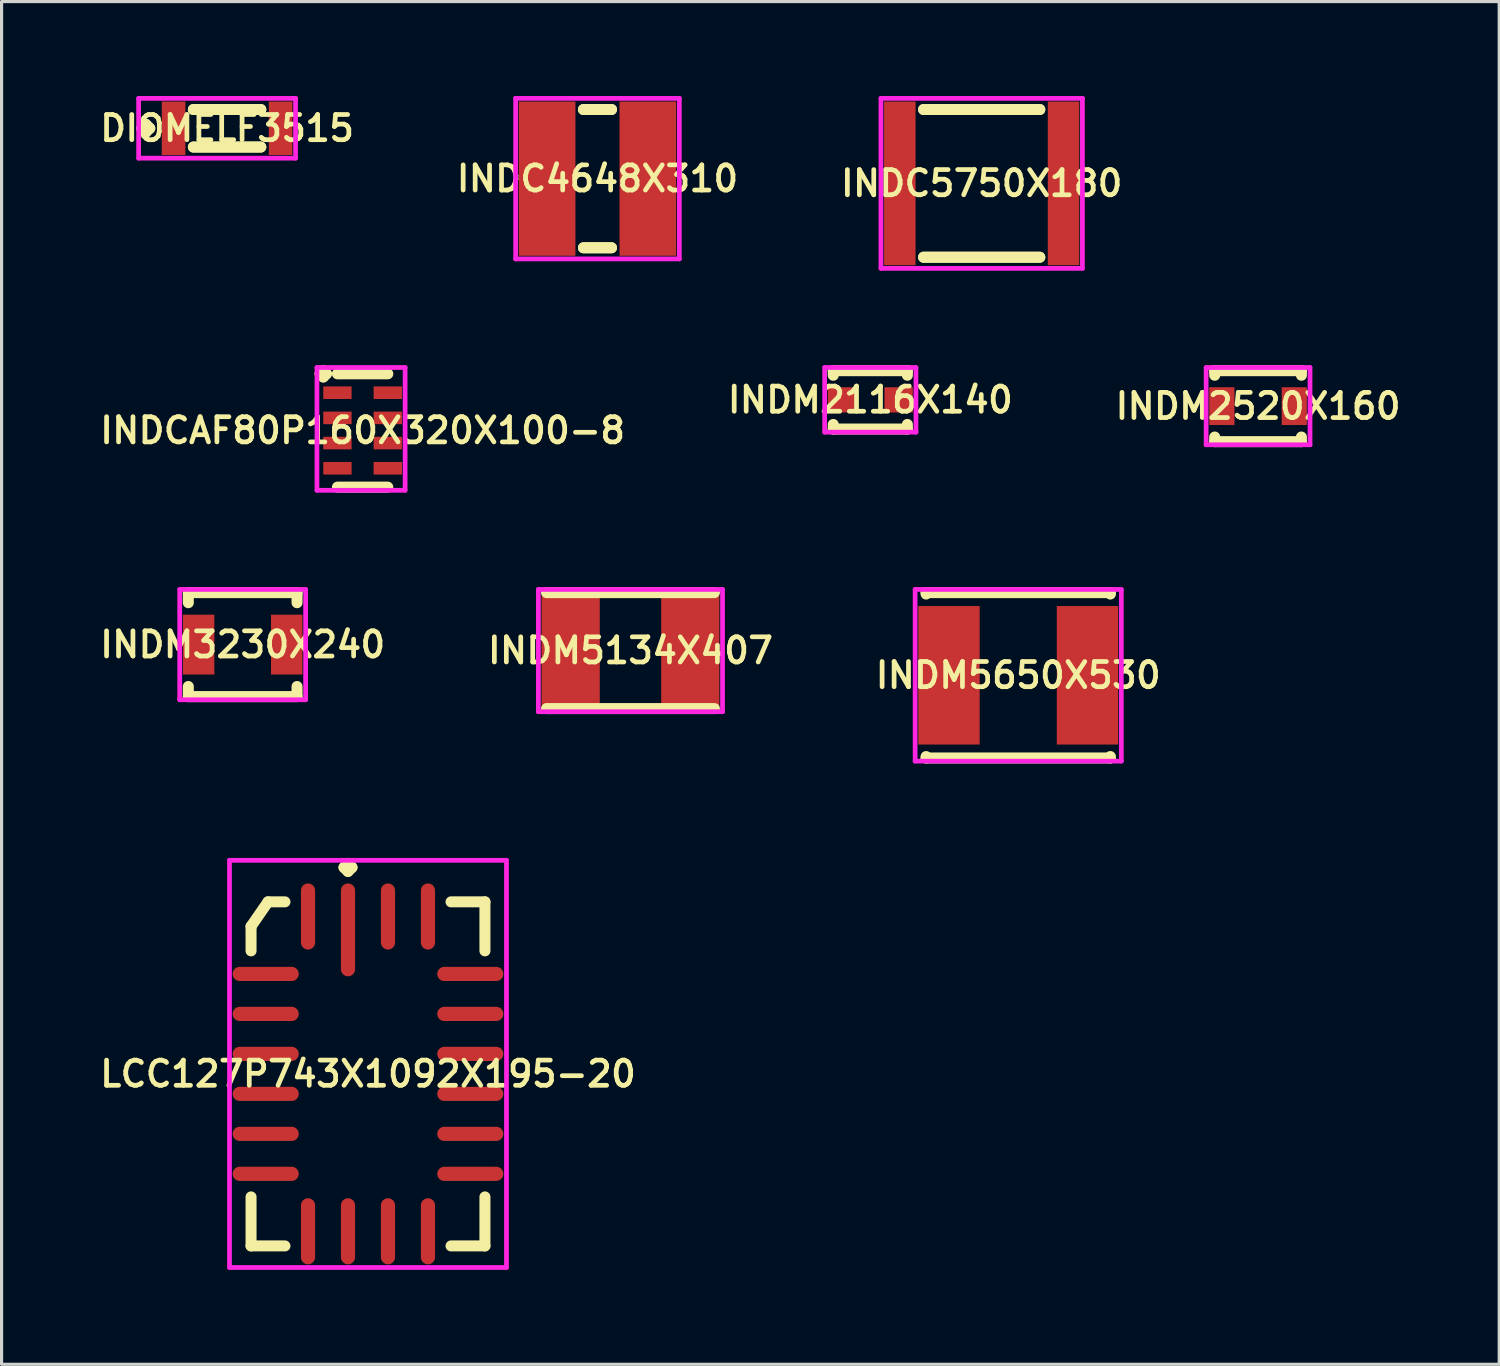
<source format=kicad_pcb>
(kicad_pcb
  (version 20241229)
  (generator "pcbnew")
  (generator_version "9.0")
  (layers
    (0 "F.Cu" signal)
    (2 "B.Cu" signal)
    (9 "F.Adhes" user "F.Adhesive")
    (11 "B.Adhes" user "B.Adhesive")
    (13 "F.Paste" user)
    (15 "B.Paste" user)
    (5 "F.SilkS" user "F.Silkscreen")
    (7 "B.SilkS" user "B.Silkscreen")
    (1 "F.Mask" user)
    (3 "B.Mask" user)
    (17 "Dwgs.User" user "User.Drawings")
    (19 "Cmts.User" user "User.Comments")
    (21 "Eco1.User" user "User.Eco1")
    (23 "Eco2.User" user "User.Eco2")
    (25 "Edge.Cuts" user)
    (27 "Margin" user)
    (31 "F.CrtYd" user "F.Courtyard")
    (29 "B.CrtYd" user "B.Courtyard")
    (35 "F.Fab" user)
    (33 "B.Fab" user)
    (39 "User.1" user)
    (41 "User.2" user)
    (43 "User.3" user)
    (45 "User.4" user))
  (footprint "INDC5750X180"
    (layer "F.Cu")
    (at 28.135 2.775)
    (property "Reference" "INDC5750X180" (at 0 0 0) (layer "F.SilkS") (effects (font (size 0.8 0.8) (thickness 0.15))))
    (attr smd)
    (fp_line (start -1.846 -2.346) (end 1.846 -2.346) (stroke (width 0.35) (type solid)) (layer "F.SilkS"))
    (fp_line (start -1.846 2.346) (end 1.846 2.346) (stroke (width 0.35) (type solid)) (layer "F.SilkS"))
    (fp_line (start 1.846 -2.346) (end -1.846 -2.346) (stroke (width 0.35) (type solid)) (layer "F.SilkS"))
    (fp_line (start 1.846 2.346) (end -1.846 2.346) (stroke (width 0.35) (type solid)) (layer "F.SilkS"))
    (fp_line (start -3.2 -2.7) (end 3.2 -2.7) (stroke (width 0.15) (type solid)) (layer "F.CrtYd"))
    (fp_line (start -3.2 2.7) (end -3.2 -2.7) (stroke (width 0.15) (type solid)) (layer "F.CrtYd"))
    (fp_line (start 3.2 -2.7) (end 3.2 2.7) (stroke (width 0.15) (type solid)) (layer "F.CrtYd"))
    (fp_line (start 3.2 2.7) (end -3.2 2.7) (stroke (width 0.15) (type solid)) (layer "F.CrtYd"))
    (pad "1" smd rect (at -2.6 0) (size 1 5.2) (layers "F.Cu" "F.Mask" "F.Paste"))
    (pad "2" smd rect (at 2.6 0) (size 1 5.2) (layers "F.Cu" "F.Mask" "F.Paste")))
  (footprint "INDM5134X407"
    (layer "F.Cu")
    (at 16.978 17.617)
    (property "Reference" "INDM5134X407" (at 0 0 0) (layer "F.SilkS") (effects (font (size 0.8 0.8) (thickness 0.15))))
    (attr through_hole)
    (fp_line (start -2.667 -1.842) (end 2.667 -1.842) (stroke (width 0.35) (type solid)) (layer "F.SilkS"))
    (fp_line (start -2.667 1.842) (end 2.667 1.842) (stroke (width 0.35) (type solid)) (layer "F.SilkS"))
    (fp_line (start -2.925 -1.942) (end 2.925 -1.942) (stroke (width 0.15) (type solid)) (layer "F.CrtYd"))
    (fp_line (start -2.925 1.942) (end -2.925 -1.942) (stroke (width 0.15) (type solid)) (layer "F.CrtYd"))
    (fp_line (start 2.925 -1.942) (end 2.925 1.942) (stroke (width 0.15) (type solid)) (layer "F.CrtYd"))
    (fp_line (start 2.925 1.942) (end -2.925 1.942) (stroke (width 0.15) (type solid)) (layer "F.CrtYd"))
    (pad "1" smd rect (at -1.9 0) (size 1.85 3.5) (layers "F.Cu" "F.Mask" "F.Paste"))
    (pad "2" smd rect (at 1.9 0) (size 1.85 3.5) (layers "F.Cu" "F.Mask" "F.Paste")))
  (footprint "INDM3230X240"
    (layer "F.Cu")
    (at 4.659 17.427)
    (property "Reference" "INDM3230X240" (at 0 0 0) (layer "F.SilkS") (effects (font (size 0.8 0.8) (thickness 0.15))))
    (attr through_hole)
    (fp_line (start -1.727 -1.652) (end 1.727 -1.652) (stroke (width 0.35) (type solid)) (layer "F.SilkS"))
    (fp_line (start -1.727 -1.331) (end -1.727 -1.652) (stroke (width 0.35) (type solid)) (layer "F.SilkS"))
    (fp_line (start -1.727 1.331) (end -1.727 1.652) (stroke (width 0.35) (type solid)) (layer "F.SilkS"))
    (fp_line (start -1.727 1.652) (end 1.727 1.652) (stroke (width 0.35) (type solid)) (layer "F.SilkS"))
    (fp_line (start 1.727 -1.652) (end 1.727 -1.331) (stroke (width 0.35) (type solid)) (layer "F.SilkS"))
    (fp_line (start 1.727 1.652) (end 1.727 1.331) (stroke (width 0.35) (type solid)) (layer "F.SilkS"))
    (fp_line (start -2 -1.752) (end 2 -1.752) (stroke (width 0.15) (type solid)) (layer "F.CrtYd"))
    (fp_line (start -2 1.752) (end -2 -1.752) (stroke (width 0.15) (type solid)) (layer "F.CrtYd"))
    (fp_line (start 2 -1.752) (end 2 1.752) (stroke (width 0.15) (type solid)) (layer "F.CrtYd"))
    (fp_line (start 2 1.752) (end -2 1.752) (stroke (width 0.15) (type solid)) (layer "F.CrtYd"))
    (pad "1" smd rect (at -1.4 0) (size 1 1.9) (layers "F.Cu" "F.Mask" "F.Paste"))
    (pad "2" smd rect (at 1.4 0) (size 1 1.9) (layers "F.Cu" "F.Mask" "F.Paste")))
  (footprint "DIOMELF3515"
    (layer "F.Cu")
    (at 4.164 1.025)
    (property "Reference" "DIOMELF3515" (at 0 0 0) (layer "F.SilkS") (effects (font (size 0.8 0.8) (thickness 0.15))))
    (attr smd)
    (fp_line (start -2.71 0) (end -2.583 -0.127) (stroke (width 0.35) (type solid)) (layer "F.SilkS"))
    (fp_line (start -2.583 -0.127) (end -2.456 0) (stroke (width 0.35) (type solid)) (layer "F.SilkS"))
    (fp_line (start -2.583 0.127) (end -2.71 0) (stroke (width 0.35) (type solid)) (layer "F.SilkS"))
    (fp_line (start -2.456 0) (end -2.583 0.127) (stroke (width 0.35) (type solid)) (layer "F.SilkS"))
    (fp_line (start -1.071 -0.596) (end 1.071 -0.596) (stroke (width 0.35) (type solid)) (layer "F.SilkS"))
    (fp_line (start -1.071 0.596) (end 1.071 0.596) (stroke (width 0.35) (type solid)) (layer "F.SilkS"))
    (fp_line (start 1.071 -0.596) (end -1.071 -0.596) (stroke (width 0.35) (type solid)) (layer "F.SilkS"))
    (fp_line (start 1.071 0.596) (end -1.071 0.596) (stroke (width 0.35) (type solid)) (layer "F.SilkS"))
    (fp_line (start -2.81 -0.95) (end 2.175 -0.95) (stroke (width 0.15) (type solid)) (layer "F.CrtYd"))
    (fp_line (start -2.81 0.95) (end -2.81 -0.95) (stroke (width 0.15) (type solid)) (layer "F.CrtYd"))
    (fp_line (start 2.175 -0.95) (end 2.175 0.95) (stroke (width 0.15) (type solid)) (layer "F.CrtYd"))
    (fp_line (start 2.175 0.95) (end -2.81 0.95) (stroke (width 0.15) (type solid)) (layer "F.CrtYd"))
    (pad "1" smd rect (at -1.7 0) (size 0.75 1.7) (layers "F.Cu" "F.Mask" "F.Paste"))
    (pad "2" smd rect (at 1.7 0) (size 0.75 1.7) (layers "F.Cu" "F.Mask" "F.Paste")))
  (footprint "INDM2116X140"
    (layer "F.Cu")
    (at 24.597 9.652)
    (property "Reference" "INDM2116X140" (at 0 0 0) (layer "F.SilkS") (effects (font (size 0.8 0.8) (thickness 0.15))))
    (attr smd)
    (fp_line (start -1.177 -0.927) (end 1.177 -0.927) (stroke (width 0.35) (type solid)) (layer "F.SilkS"))
    (fp_line (start -1.177 -0.781) (end -1.177 -0.927) (stroke (width 0.35) (type solid)) (layer "F.SilkS"))
    (fp_line (start -1.177 0.781) (end -1.177 0.927) (stroke (width 0.35) (type solid)) (layer "F.SilkS"))
    (fp_line (start -1.177 0.927) (end 1.177 0.927) (stroke (width 0.35) (type solid)) (layer "F.SilkS"))
    (fp_line (start 1.177 -0.927) (end 1.177 -0.781) (stroke (width 0.35) (type solid)) (layer "F.SilkS"))
    (fp_line (start 1.177 0.927) (end 1.177 0.781) (stroke (width 0.35) (type solid)) (layer "F.SilkS"))
    (fp_line (start -1.45 -1.027) (end 1.45 -1.027) (stroke (width 0.15) (type solid)) (layer "F.CrtYd"))
    (fp_line (start -1.45 1.027) (end -1.45 -1.027) (stroke (width 0.15) (type solid)) (layer "F.CrtYd"))
    (fp_line (start 1.45 -1.027) (end 1.45 1.027) (stroke (width 0.15) (type solid)) (layer "F.CrtYd"))
    (fp_line (start 1.45 1.027) (end -1.45 1.027) (stroke (width 0.15) (type solid)) (layer "F.CrtYd"))
    (pad "1" smd rect (at -0.9 0) (size 0.9 0.8) (layers "F.Cu" "F.Mask" "F.Paste"))
    (pad "2" smd rect (at 0.9 0) (size 0.9 0.8) (layers "F.Cu" "F.Mask" "F.Paste")))
  (footprint "INDCAF80P160X320X100-8"
    (layer "F.Cu")
    (at 8.469 10.625)
    (property "Reference" "INDCAF80P160X320X100-8" (at 0 0 0) (layer "F.SilkS") (effects (font (size 0.8 0.8) (thickness 0.15))))
    (attr smd)
    (fp_line (start -1.35 -1.8) (end -1.25 -1.9) (stroke (width 0.35) (type solid)) (layer "F.SilkS"))
    (fp_line (start -1.25 -1.9) (end -1.15 -1.8) (stroke (width 0.35) (type solid)) (layer "F.SilkS"))
    (fp_line (start -1.25 -1.7) (end -1.35 -1.8) (stroke (width 0.35) (type solid)) (layer "F.SilkS"))
    (fp_line (start -1.15 -1.8) (end -1.25 -1.7) (stroke (width 0.35) (type solid)) (layer "F.SilkS"))
    (fp_line (start -0.8 -1.8) (end 0.8 -1.8) (stroke (width 0.35) (type solid)) (layer "F.SilkS"))
    (fp_line (start -0.8 1.8) (end 0.8 1.8) (stroke (width 0.35) (type solid)) (layer "F.SilkS"))
    (fp_line (start -1.45 -2) (end 1.35 -2) (stroke (width 0.15) (type solid)) (layer "F.CrtYd"))
    (fp_line (start -1.45 1.9) (end -1.45 -2) (stroke (width 0.15) (type solid)) (layer "F.CrtYd"))
    (fp_line (start 1.35 -2) (end 1.35 1.9) (stroke (width 0.15) (type solid)) (layer "F.CrtYd"))
    (fp_line (start 1.35 1.9) (end -1.45 1.9) (stroke (width 0.15) (type solid)) (layer "F.CrtYd"))
    (pad "1" smd rect (at -0.8 -1.2) (size 0.9 0.4) (layers "F.Cu" "F.Mask" "F.Paste"))
    (pad "2" smd rect (at -0.8 -0.4) (size 0.9 0.4) (layers "F.Cu" "F.Mask" "F.Paste"))
    (pad "3" smd rect (at -0.8 0.4) (size 0.9 0.4) (layers "F.Cu" "F.Mask" "F.Paste"))
    (pad "4" smd rect (at -0.8 1.2) (size 0.9 0.4) (layers "F.Cu" "F.Mask" "F.Paste"))
    (pad "5" smd rect (at 0.8 1.2) (size 0.9 0.4) (layers "F.Cu" "F.Mask" "F.Paste"))
    (pad "6" smd rect (at 0.8 0.4) (size 0.9 0.4) (layers "F.Cu" "F.Mask" "F.Paste"))
    (pad "7" smd rect (at 0.8 -0.4) (size 0.9 0.4) (layers "F.Cu" "F.Mask" "F.Paste"))
    (pad "8" smd rect (at 0.8 -1.2) (size 0.9 0.4) (layers "F.Cu" "F.Mask" "F.Paste")))
  (footprint "INDC4648X310"
    (layer "F.Cu")
    (at 15.93 2.625)
    (property "Reference" "INDC4648X310" (at 0 0 0) (layer "F.SilkS") (effects (font (size 0.8 0.8) (thickness 0.15))))
    (attr smd)
    (fp_line (start -0.446 -2.196) (end 0.446 -2.196) (stroke (width 0.35) (type solid)) (layer "F.SilkS"))
    (fp_line (start -0.446 2.196) (end 0.446 2.196) (stroke (width 0.35) (type solid)) (layer "F.SilkS"))
    (fp_line (start 0.446 -2.196) (end -0.446 -2.196) (stroke (width 0.35) (type solid)) (layer "F.SilkS"))
    (fp_line (start 0.446 2.196) (end -0.446 2.196) (stroke (width 0.35) (type solid)) (layer "F.SilkS"))
    (fp_line (start -2.6 -2.55) (end 2.6 -2.55) (stroke (width 0.15) (type solid)) (layer "F.CrtYd"))
    (fp_line (start -2.6 2.55) (end -2.6 -2.55) (stroke (width 0.15) (type solid)) (layer "F.CrtYd"))
    (fp_line (start 2.6 -2.55) (end 2.6 2.55) (stroke (width 0.15) (type solid)) (layer "F.CrtYd"))
    (fp_line (start 2.6 2.55) (end -2.6 2.55) (stroke (width 0.15) (type solid)) (layer "F.CrtYd"))
    (pad "1" smd rect (at -1.6 0) (size 1.8 4.9) (layers "F.Cu" "F.Mask" "F.Paste"))
    (pad "2" smd rect (at 1.6 0) (size 1.8 4.9) (layers "F.Cu" "F.Mask" "F.Paste")))
  (footprint "INDM2520X160"
    (layer "F.Cu")
    (at 36.915 9.852)
    (property "Reference" "INDM2520X160" (at 0 0 0) (layer "F.SilkS") (effects (font (size 0.8 0.8) (thickness 0.15))))
    (attr smd)
    (fp_line (start -1.377 -1.127) (end 1.377 -1.127) (stroke (width 0.35) (type solid)) (layer "F.SilkS"))
    (fp_line (start -1.377 -0.981) (end -1.377 -1.127) (stroke (width 0.35) (type solid)) (layer "F.SilkS"))
    (fp_line (start -1.377 0.981) (end -1.377 1.127) (stroke (width 0.35) (type solid)) (layer "F.SilkS"))
    (fp_line (start -1.377 1.127) (end 1.377 1.127) (stroke (width 0.35) (type solid)) (layer "F.SilkS"))
    (fp_line (start 1.377 -1.127) (end 1.377 -0.981) (stroke (width 0.35) (type solid)) (layer "F.SilkS"))
    (fp_line (start 1.377 1.127) (end 1.377 0.981) (stroke (width 0.35) (type solid)) (layer "F.SilkS"))
    (fp_line (start -1.65 -1.227) (end 1.65 -1.227) (stroke (width 0.15) (type solid)) (layer "F.CrtYd"))
    (fp_line (start -1.65 1.227) (end -1.65 -1.227) (stroke (width 0.15) (type solid)) (layer "F.CrtYd"))
    (fp_line (start 1.65 -1.227) (end 1.65 1.227) (stroke (width 0.15) (type solid)) (layer "F.CrtYd"))
    (fp_line (start 1.65 1.227) (end -1.65 1.227) (stroke (width 0.15) (type solid)) (layer "F.CrtYd"))
    (pad "1" smd rect (at -1.15 0) (size 0.8 1.2) (layers "F.Cu" "F.Mask" "F.Paste"))
    (pad "2" smd rect (at 1.15 0) (size 0.8 1.2) (layers "F.Cu" "F.Mask" "F.Paste")))
  (footprint "LCC127P743X1092X195-20"
    (layer "F.Cu")
    (at 8.64 31.064)
    (property "Reference" "LCC127P743X1092X195-20" (at 0 0 0) (layer "F.SilkS") (effects (font (size 0.8 0.8) (thickness 0.15))))
    (attr smd)
    (fp_line (start -3.715 -4.686) (end -3.176 -5.465) (stroke (width 0.35) (type solid)) (layer "F.SilkS"))
    (fp_line (start -3.715 -3.908) (end -3.715 -4.686) (stroke (width 0.35) (type solid)) (layer "F.SilkS"))
    (fp_line (start -3.715 3.908) (end -3.715 5.465) (stroke (width 0.35) (type solid)) (layer "F.SilkS"))
    (fp_line (start -3.715 5.465) (end -2.638 5.465) (stroke (width 0.35) (type solid)) (layer "F.SilkS"))
    (fp_line (start -3.176 -5.465) (end -2.638 -5.465) (stroke (width 0.35) (type solid)) (layer "F.SilkS"))
    (fp_line (start -0.762 -6.558) (end -0.635 -6.685) (stroke (width 0.35) (type solid)) (layer "F.SilkS"))
    (fp_line (start -0.635 -6.685) (end -0.508 -6.558) (stroke (width 0.35) (type solid)) (layer "F.SilkS"))
    (fp_line (start -0.635 -6.431) (end -0.762 -6.558) (stroke (width 0.35) (type solid)) (layer "F.SilkS"))
    (fp_line (start -0.508 -6.558) (end -0.635 -6.431) (stroke (width 0.35) (type solid)) (layer "F.SilkS"))
    (fp_line (start 3.715 -5.465) (end 2.638 -5.465) (stroke (width 0.35) (type solid)) (layer "F.SilkS"))
    (fp_line (start 3.715 -3.908) (end 3.715 -5.465) (stroke (width 0.35) (type solid)) (layer "F.SilkS"))
    (fp_line (start 3.715 3.908) (end 3.715 5.465) (stroke (width 0.35) (type solid)) (layer "F.SilkS"))
    (fp_line (start 3.715 5.465) (end 2.638 5.465) (stroke (width 0.35) (type solid)) (layer "F.SilkS"))
    (fp_line (start -4.4 -6.785) (end 4.4 -6.785) (stroke (width 0.15) (type solid)) (layer "F.CrtYd"))
    (fp_line (start -4.4 6.15) (end -4.4 -6.785) (stroke (width 0.15) (type solid)) (layer "F.CrtYd"))
    (fp_line (start 4.4 -6.785) (end 4.4 6.15) (stroke (width 0.15) (type solid)) (layer "F.CrtYd"))
    (fp_line (start 4.4 6.15) (end -4.4 6.15) (stroke (width 0.15) (type solid)) (layer "F.CrtYd"))
    (pad "1" smd oval (at -0.635 -4.575) (size 0.45 2.95) (layers "F.Cu" "F.Mask" "F.Paste"))
    (pad "2" smd oval (at -1.905 -5) (size 0.45 2.1) (layers "F.Cu" "F.Mask" "F.Paste"))
    (pad "3" smd oval (at -3.25 -3.175) (size 2.1 0.45) (layers "F.Cu" "F.Mask" "F.Paste"))
    (pad "4" smd oval (at -3.25 -1.905) (size 2.1 0.45) (layers "F.Cu" "F.Mask" "F.Paste"))
    (pad "5" smd oval (at -3.25 -0.635) (size 2.1 0.45) (layers "F.Cu" "F.Mask" "F.Paste"))
    (pad "6" smd oval (at -3.25 0.635) (size 2.1 0.45) (layers "F.Cu" "F.Mask" "F.Paste"))
    (pad "7" smd oval (at -3.25 1.905) (size 2.1 0.45) (layers "F.Cu" "F.Mask" "F.Paste"))
    (pad "8" smd oval (at -3.25 3.175) (size 2.1 0.45) (layers "F.Cu" "F.Mask" "F.Paste"))
    (pad "9" smd oval (at -1.905 5) (size 0.45 2.1) (layers "F.Cu" "F.Mask" "F.Paste"))
    (pad "10" smd oval (at -0.635 5) (size 0.45 2.1) (layers "F.Cu" "F.Mask" "F.Paste"))
    (pad "11" smd oval (at 0.635 5) (size 0.45 2.1) (layers "F.Cu" "F.Mask" "F.Paste"))
    (pad "12" smd oval (at 1.905 5) (size 0.45 2.1) (layers "F.Cu" "F.Mask" "F.Paste"))
    (pad "13" smd oval (at 3.25 3.175) (size 2.1 0.45) (layers "F.Cu" "F.Mask" "F.Paste"))
    (pad "14" smd oval (at 3.25 1.905) (size 2.1 0.45) (layers "F.Cu" "F.Mask" "F.Paste"))
    (pad "15" smd oval (at 3.25 0.635) (size 2.1 0.45) (layers "F.Cu" "F.Mask" "F.Paste"))
    (pad "16" smd oval (at 3.25 -0.635) (size 2.1 0.45) (layers "F.Cu" "F.Mask" "F.Paste"))
    (pad "17" smd oval (at 3.25 -1.905) (size 2.1 0.45) (layers "F.Cu" "F.Mask" "F.Paste"))
    (pad "18" smd oval (at 3.25 -3.175) (size 2.1 0.45) (layers "F.Cu" "F.Mask" "F.Paste"))
    (pad "19" smd oval (at 1.905 -5) (size 0.45 2.1) (layers "F.Cu" "F.Mask" "F.Paste"))
    (pad "20" smd oval (at 0.635 -5) (size 0.45 2.1) (layers "F.Cu" "F.Mask" "F.Paste")))
  (footprint "INDM5650X530"
    (layer "F.Cu")
    (at 29.296 18.402)
    (property "Reference" "INDM5650X530" (at 0 0 0) (layer "F.SilkS") (effects (font (size 0.8 0.8) (thickness 0.15))))
    (attr through_hole)
    (fp_line (start -2.927 -2.627) (end 2.927 -2.627) (stroke (width 0.35) (type solid)) (layer "F.SilkS"))
    (fp_line (start -2.927 -2.581) (end -2.927 -2.627) (stroke (width 0.35) (type solid)) (layer "F.SilkS"))
    (fp_line (start -2.927 2.581) (end -2.927 2.627) (stroke (width 0.35) (type solid)) (layer "F.SilkS"))
    (fp_line (start -2.927 2.627) (end 2.927 2.627) (stroke (width 0.35) (type solid)) (layer "F.SilkS"))
    (fp_line (start 2.927 -2.627) (end 2.927 -2.581) (stroke (width 0.35) (type solid)) (layer "F.SilkS"))
    (fp_line (start 2.927 2.627) (end 2.927 2.581) (stroke (width 0.35) (type solid)) (layer "F.SilkS"))
    (fp_line (start -3.275 -2.727) (end 3.275 -2.727) (stroke (width 0.15) (type solid)) (layer "F.CrtYd"))
    (fp_line (start -3.275 2.727) (end -3.275 -2.727) (stroke (width 0.15) (type solid)) (layer "F.CrtYd"))
    (fp_line (start 3.275 -2.727) (end 3.275 2.727) (stroke (width 0.15) (type solid)) (layer "F.CrtYd"))
    (fp_line (start 3.275 2.727) (end -3.275 2.727) (stroke (width 0.15) (type solid)) (layer "F.CrtYd"))
    (pad "1" smd rect (at -2.2 0) (size 1.95 4.4) (layers "F.Cu" "F.Mask" "F.Paste"))
    (pad "2" smd rect (at 2.2 0) (size 1.95 4.4) (layers "F.Cu" "F.Mask" "F.Paste")))
  (gr_rect
    (start -3 -3)
    (end 44.575 40.289)
    (stroke (width 0.1) (type default))
    (fill no)
    (layer "Edge.Cuts")))
</source>
